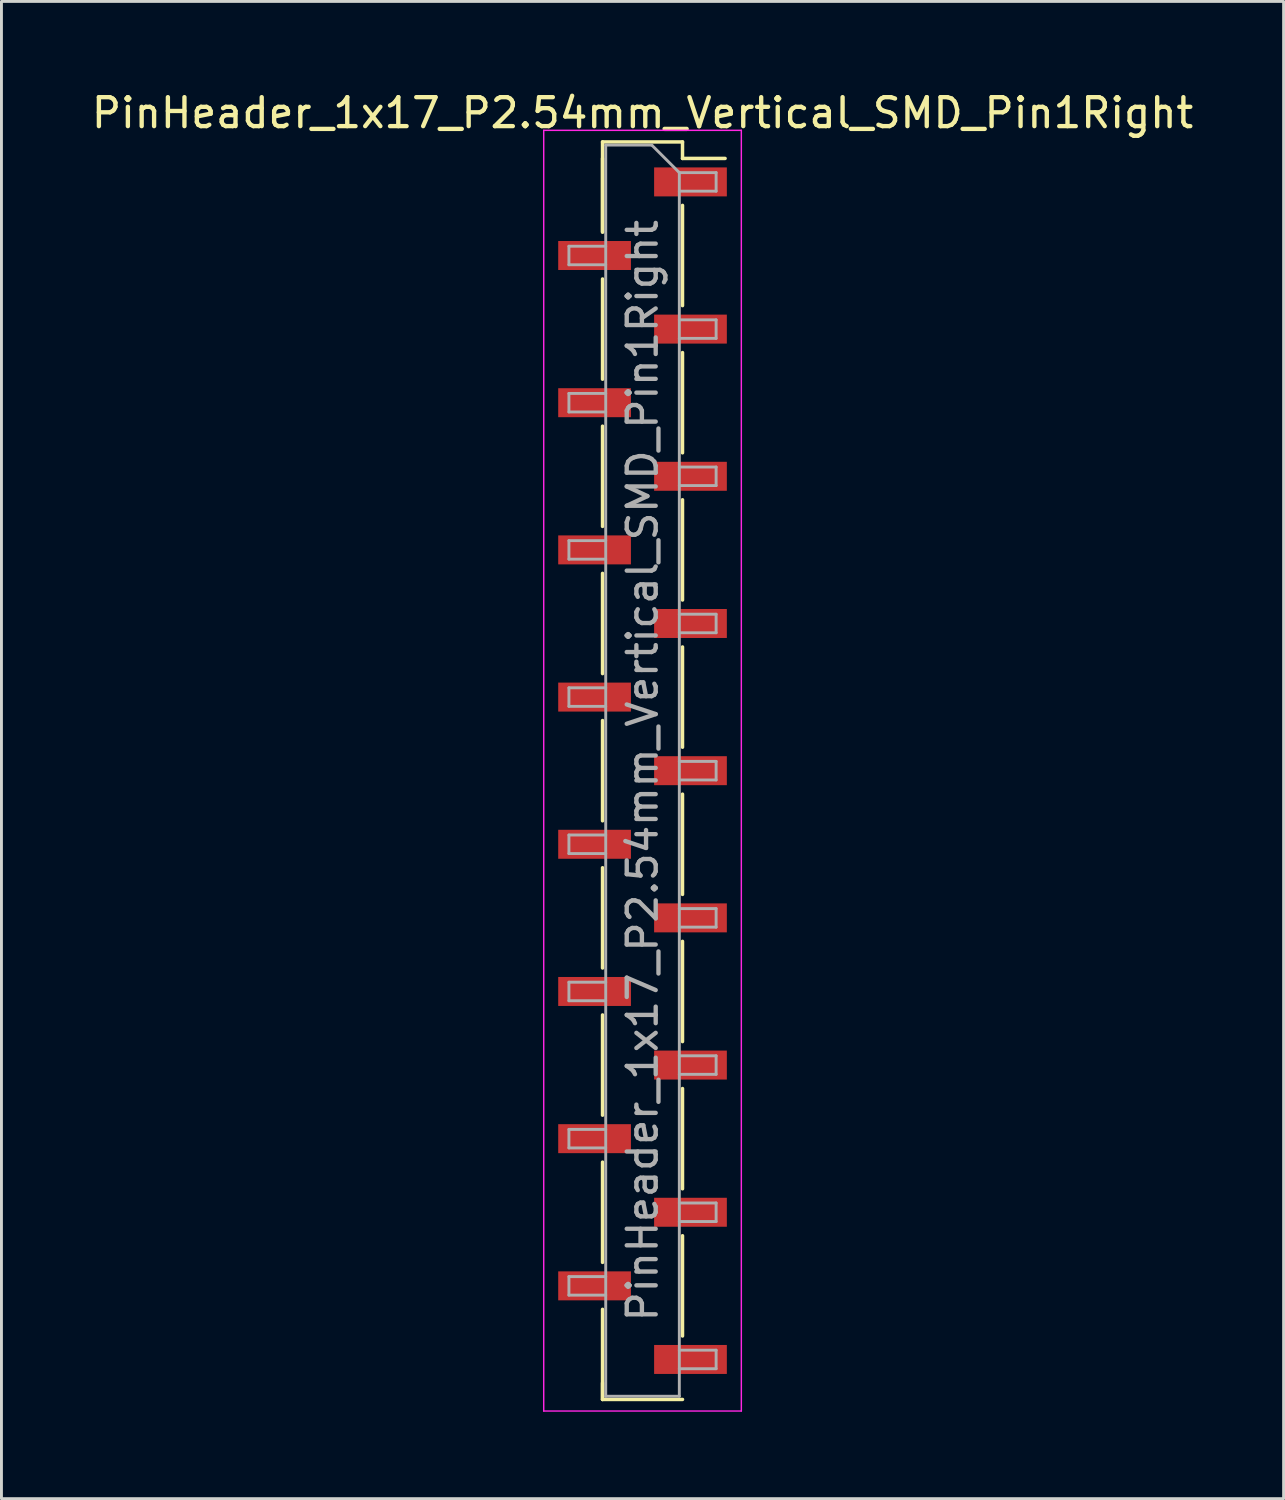
<source format=kicad_pcb>
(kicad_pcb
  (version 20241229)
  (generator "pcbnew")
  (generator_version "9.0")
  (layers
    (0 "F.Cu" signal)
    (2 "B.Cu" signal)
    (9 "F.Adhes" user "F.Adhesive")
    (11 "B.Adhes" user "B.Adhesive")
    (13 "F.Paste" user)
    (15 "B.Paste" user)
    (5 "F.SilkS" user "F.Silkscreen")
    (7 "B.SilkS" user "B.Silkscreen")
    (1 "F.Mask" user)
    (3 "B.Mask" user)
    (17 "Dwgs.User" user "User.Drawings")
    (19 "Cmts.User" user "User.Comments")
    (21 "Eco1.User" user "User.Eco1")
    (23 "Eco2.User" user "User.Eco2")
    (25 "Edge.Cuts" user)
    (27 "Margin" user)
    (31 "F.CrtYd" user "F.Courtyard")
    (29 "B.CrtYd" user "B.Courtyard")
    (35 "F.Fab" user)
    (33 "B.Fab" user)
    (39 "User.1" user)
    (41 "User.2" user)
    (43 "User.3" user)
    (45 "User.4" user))
  (footprint "PinHeader_1x17_P2.54mm_Vertical_SMD_Pin1Right"
    (layer "F.Cu")
    (at 19.125 23.548)
    (property "Reference" "PinHeader_1x17_P2.54mm_Vertical_SMD_Pin1Right" (at 0 -22.7 0) (layer "F.SilkS") (effects (font (size 1 1) (thickness 0.15))))
    (attr smd)
    (fp_line (start -1.38 -21.7) (end -1.38 -18.59) (stroke (width 0.12) (type solid)) (layer "F.SilkS"))
    (fp_line (start -1.38 -21.7) (end 1.38 -21.7) (stroke (width 0.12) (type solid)) (layer "F.SilkS"))
    (fp_line (start -1.38 -21.13) (end -1.38 -18.59) (stroke (width 0.12) (type solid)) (layer "F.SilkS"))
    (fp_line (start -1.38 -16.97) (end -1.38 -13.51) (stroke (width 0.12) (type solid)) (layer "F.SilkS"))
    (fp_line (start -1.38 -11.89) (end -1.38 -8.43) (stroke (width 0.12) (type solid)) (layer "F.SilkS"))
    (fp_line (start -1.38 -6.81) (end -1.38 -3.35) (stroke (width 0.12) (type solid)) (layer "F.SilkS"))
    (fp_line (start -1.38 -1.73) (end -1.38 1.73) (stroke (width 0.12) (type solid)) (layer "F.SilkS"))
    (fp_line (start -1.38 3.35) (end -1.38 6.81) (stroke (width 0.12) (type solid)) (layer "F.SilkS"))
    (fp_line (start -1.38 8.43) (end -1.38 11.89) (stroke (width 0.12) (type solid)) (layer "F.SilkS"))
    (fp_line (start -1.38 13.51) (end -1.38 16.97) (stroke (width 0.12) (type solid)) (layer "F.SilkS"))
    (fp_line (start -1.38 18.59) (end -1.38 21.7) (stroke (width 0.12) (type solid)) (layer "F.SilkS"))
    (fp_line (start -1.38 21.13) (end -1.38 21.7) (stroke (width 0.12) (type solid)) (layer "F.SilkS"))
    (fp_line (start -1.38 21.7) (end 1.38 21.7) (stroke (width 0.12) (type solid)) (layer "F.SilkS"))
    (fp_line (start 1.38 -21.7) (end 1.38 -21.13) (stroke (width 0.12) (type solid)) (layer "F.SilkS"))
    (fp_line (start 1.38 -21.13) (end 2.85 -21.13) (stroke (width 0.12) (type solid)) (layer "F.SilkS"))
    (fp_line (start 1.38 -19.51) (end 1.38 -16.05) (stroke (width 0.12) (type solid)) (layer "F.SilkS"))
    (fp_line (start 1.38 -14.43) (end 1.38 -10.97) (stroke (width 0.12) (type solid)) (layer "F.SilkS"))
    (fp_line (start 1.38 -9.35) (end 1.38 -5.89) (stroke (width 0.12) (type solid)) (layer "F.SilkS"))
    (fp_line (start 1.38 -4.27) (end 1.38 -0.81) (stroke (width 0.12) (type solid)) (layer "F.SilkS"))
    (fp_line (start 1.38 0.81) (end 1.38 4.27) (stroke (width 0.12) (type solid)) (layer "F.SilkS"))
    (fp_line (start 1.38 5.89) (end 1.38 9.35) (stroke (width 0.12) (type solid)) (layer "F.SilkS"))
    (fp_line (start 1.38 10.97) (end 1.38 14.43) (stroke (width 0.12) (type solid)) (layer "F.SilkS"))
    (fp_line (start 1.38 16.05) (end 1.38 19.51) (stroke (width 0.12) (type solid)) (layer "F.SilkS"))
    (fp_line (start -3.41 -22.1) (end -3.41 22.1) (stroke (width 0.05) (type solid)) (layer "F.CrtYd"))
    (fp_line (start -3.41 22.1) (end 3.41 22.1) (stroke (width 0.05) (type solid)) (layer "F.CrtYd"))
    (fp_line (start 3.41 -22.1) (end -3.41 -22.1) (stroke (width 0.05) (type solid)) (layer "F.CrtYd"))
    (fp_line (start 3.41 22.1) (end 3.41 -22.1) (stroke (width 0.05) (type solid)) (layer "F.CrtYd"))
    (fp_line (start -2.54 -18.1) (end -2.54 -17.46) (stroke (width 0.1) (type solid)) (layer "F.Fab"))
    (fp_line (start -2.54 -17.46) (end -1.27 -17.46) (stroke (width 0.1) (type solid)) (layer "F.Fab"))
    (fp_line (start -2.54 -13.02) (end -2.54 -12.38) (stroke (width 0.1) (type solid)) (layer "F.Fab"))
    (fp_line (start -2.54 -12.38) (end -1.27 -12.38) (stroke (width 0.1) (type solid)) (layer "F.Fab"))
    (fp_line (start -2.54 -7.94) (end -2.54 -7.3) (stroke (width 0.1) (type solid)) (layer "F.Fab"))
    (fp_line (start -2.54 -7.3) (end -1.27 -7.3) (stroke (width 0.1) (type solid)) (layer "F.Fab"))
    (fp_line (start -2.54 -2.86) (end -2.54 -2.22) (stroke (width 0.1) (type solid)) (layer "F.Fab"))
    (fp_line (start -2.54 -2.22) (end -1.27 -2.22) (stroke (width 0.1) (type solid)) (layer "F.Fab"))
    (fp_line (start -2.54 2.22) (end -2.54 2.86) (stroke (width 0.1) (type solid)) (layer "F.Fab"))
    (fp_line (start -2.54 2.86) (end -1.27 2.86) (stroke (width 0.1) (type solid)) (layer "F.Fab"))
    (fp_line (start -2.54 7.3) (end -2.54 7.94) (stroke (width 0.1) (type solid)) (layer "F.Fab"))
    (fp_line (start -2.54 7.94) (end -1.27 7.94) (stroke (width 0.1) (type solid)) (layer "F.Fab"))
    (fp_line (start -2.54 12.38) (end -2.54 13.02) (stroke (width 0.1) (type solid)) (layer "F.Fab"))
    (fp_line (start -2.54 13.02) (end -1.27 13.02) (stroke (width 0.1) (type solid)) (layer "F.Fab"))
    (fp_line (start -2.54 17.46) (end -2.54 18.1) (stroke (width 0.1) (type solid)) (layer "F.Fab"))
    (fp_line (start -2.54 18.1) (end -1.27 18.1) (stroke (width 0.1) (type solid)) (layer "F.Fab"))
    (fp_line (start -1.27 -21.59) (end -1.27 21.59) (stroke (width 0.1) (type solid)) (layer "F.Fab"))
    (fp_line (start -1.27 -21.59) (end 0.32 -21.59) (stroke (width 0.1) (type solid)) (layer "F.Fab"))
    (fp_line (start -1.27 -18.1) (end -2.54 -18.1) (stroke (width 0.1) (type solid)) (layer "F.Fab"))
    (fp_line (start -1.27 -13.02) (end -2.54 -13.02) (stroke (width 0.1) (type solid)) (layer "F.Fab"))
    (fp_line (start -1.27 -7.94) (end -2.54 -7.94) (stroke (width 0.1) (type solid)) (layer "F.Fab"))
    (fp_line (start -1.27 -2.86) (end -2.54 -2.86) (stroke (width 0.1) (type solid)) (layer "F.Fab"))
    (fp_line (start -1.27 2.22) (end -2.54 2.22) (stroke (width 0.1) (type solid)) (layer "F.Fab"))
    (fp_line (start -1.27 7.3) (end -2.54 7.3) (stroke (width 0.1) (type solid)) (layer "F.Fab"))
    (fp_line (start -1.27 12.38) (end -2.54 12.38) (stroke (width 0.1) (type solid)) (layer "F.Fab"))
    (fp_line (start -1.27 17.46) (end -2.54 17.46) (stroke (width 0.1) (type solid)) (layer "F.Fab"))
    (fp_line (start 1.27 -20.64) (end 0.32 -21.59) (stroke (width 0.1) (type solid)) (layer "F.Fab"))
    (fp_line (start 1.27 -20.64) (end 2.54 -20.64) (stroke (width 0.1) (type solid)) (layer "F.Fab"))
    (fp_line (start 1.27 -15.56) (end 2.54 -15.56) (stroke (width 0.1) (type solid)) (layer "F.Fab"))
    (fp_line (start 1.27 -10.48) (end 2.54 -10.48) (stroke (width 0.1) (type solid)) (layer "F.Fab"))
    (fp_line (start 1.27 -5.4) (end 2.54 -5.4) (stroke (width 0.1) (type solid)) (layer "F.Fab"))
    (fp_line (start 1.27 -0.32) (end 2.54 -0.32) (stroke (width 0.1) (type solid)) (layer "F.Fab"))
    (fp_line (start 1.27 4.76) (end 2.54 4.76) (stroke (width 0.1) (type solid)) (layer "F.Fab"))
    (fp_line (start 1.27 9.84) (end 2.54 9.84) (stroke (width 0.1) (type solid)) (layer "F.Fab"))
    (fp_line (start 1.27 14.92) (end 2.54 14.92) (stroke (width 0.1) (type solid)) (layer "F.Fab"))
    (fp_line (start 1.27 20) (end 2.54 20) (stroke (width 0.1) (type solid)) (layer "F.Fab"))
    (fp_line (start 1.27 21.59) (end -1.27 21.59) (stroke (width 0.1) (type solid)) (layer "F.Fab"))
    (fp_line (start 1.27 21.59) (end 1.27 -20.64) (stroke (width 0.1) (type solid)) (layer "F.Fab"))
    (fp_line (start 2.54 -20.64) (end 2.54 -20) (stroke (width 0.1) (type solid)) (layer "F.Fab"))
    (fp_line (start 2.54 -20) (end 1.27 -20) (stroke (width 0.1) (type solid)) (layer "F.Fab"))
    (fp_line (start 2.54 -15.56) (end 2.54 -14.92) (stroke (width 0.1) (type solid)) (layer "F.Fab"))
    (fp_line (start 2.54 -14.92) (end 1.27 -14.92) (stroke (width 0.1) (type solid)) (layer "F.Fab"))
    (fp_line (start 2.54 -10.48) (end 2.54 -9.84) (stroke (width 0.1) (type solid)) (layer "F.Fab"))
    (fp_line (start 2.54 -9.84) (end 1.27 -9.84) (stroke (width 0.1) (type solid)) (layer "F.Fab"))
    (fp_line (start 2.54 -5.4) (end 2.54 -4.76) (stroke (width 0.1) (type solid)) (layer "F.Fab"))
    (fp_line (start 2.54 -4.76) (end 1.27 -4.76) (stroke (width 0.1) (type solid)) (layer "F.Fab"))
    (fp_line (start 2.54 -0.32) (end 2.54 0.32) (stroke (width 0.1) (type solid)) (layer "F.Fab"))
    (fp_line (start 2.54 0.32) (end 1.27 0.32) (stroke (width 0.1) (type solid)) (layer "F.Fab"))
    (fp_line (start 2.54 4.76) (end 2.54 5.4) (stroke (width 0.1) (type solid)) (layer "F.Fab"))
    (fp_line (start 2.54 5.4) (end 1.27 5.4) (stroke (width 0.1) (type solid)) (layer "F.Fab"))
    (fp_line (start 2.54 9.84) (end 2.54 10.48) (stroke (width 0.1) (type solid)) (layer "F.Fab"))
    (fp_line (start 2.54 10.48) (end 1.27 10.48) (stroke (width 0.1) (type solid)) (layer "F.Fab"))
    (fp_line (start 2.54 14.92) (end 2.54 15.56) (stroke (width 0.1) (type solid)) (layer "F.Fab"))
    (fp_line (start 2.54 15.56) (end 1.27 15.56) (stroke (width 0.1) (type solid)) (layer "F.Fab"))
    (fp_line (start 2.54 20) (end 2.54 20.64) (stroke (width 0.1) (type solid)) (layer "F.Fab"))
    (fp_line (start 2.54 20.64) (end 1.27 20.64) (stroke (width 0.1) (type solid)) (layer "F.Fab"))
    (fp_text user "${REFERENCE}" (at 0 0 90) (layer "F.Fab") (effects (font (size 1 1) (thickness 0.15))))
    (pad "1" smd rect (at 1.655 -20.32) (size 2.51 1) (layers "F.Cu" "F.Mask" "F.Paste"))
    (pad "2" smd rect (at -1.655 -17.78) (size 2.51 1) (layers "F.Cu" "F.Mask" "F.Paste"))
    (pad "3" smd rect (at 1.655 -15.24) (size 2.51 1) (layers "F.Cu" "F.Mask" "F.Paste"))
    (pad "4" smd rect (at -1.655 -12.7) (size 2.51 1) (layers "F.Cu" "F.Mask" "F.Paste"))
    (pad "5" smd rect (at 1.655 -10.16) (size 2.51 1) (layers "F.Cu" "F.Mask" "F.Paste"))
    (pad "6" smd rect (at -1.655 -7.62) (size 2.51 1) (layers "F.Cu" "F.Mask" "F.Paste"))
    (pad "7" smd rect (at 1.655 -5.08) (size 2.51 1) (layers "F.Cu" "F.Mask" "F.Paste"))
    (pad "8" smd rect (at -1.655 -2.54) (size 2.51 1) (layers "F.Cu" "F.Mask" "F.Paste"))
    (pad "9" smd rect (at 1.655 0) (size 2.51 1) (layers "F.Cu" "F.Mask" "F.Paste"))
    (pad "10" smd rect (at -1.655 2.54) (size 2.51 1) (layers "F.Cu" "F.Mask" "F.Paste"))
    (pad "11" smd rect (at 1.655 5.08) (size 2.51 1) (layers "F.Cu" "F.Mask" "F.Paste"))
    (pad "12" smd rect (at -1.655 7.62) (size 2.51 1) (layers "F.Cu" "F.Mask" "F.Paste"))
    (pad "13" smd rect (at 1.655 10.16) (size 2.51 1) (layers "F.Cu" "F.Mask" "F.Paste"))
    (pad "14" smd rect (at -1.655 12.7) (size 2.51 1) (layers "F.Cu" "F.Mask" "F.Paste"))
    (pad "15" smd rect (at 1.655 15.24) (size 2.51 1) (layers "F.Cu" "F.Mask" "F.Paste"))
    (pad "16" smd rect (at -1.655 17.78) (size 2.51 1) (layers "F.Cu" "F.Mask" "F.Paste"))
    (pad "17" smd rect (at 1.655 20.32) (size 2.51 1) (layers "F.Cu" "F.Mask" "F.Paste")))
  (gr_rect
    (start -3 -3)
    (end 41.25 48.673)
    (stroke (width 0.1) (type default))
    (fill no)
    (layer "Edge.Cuts")))
</source>
